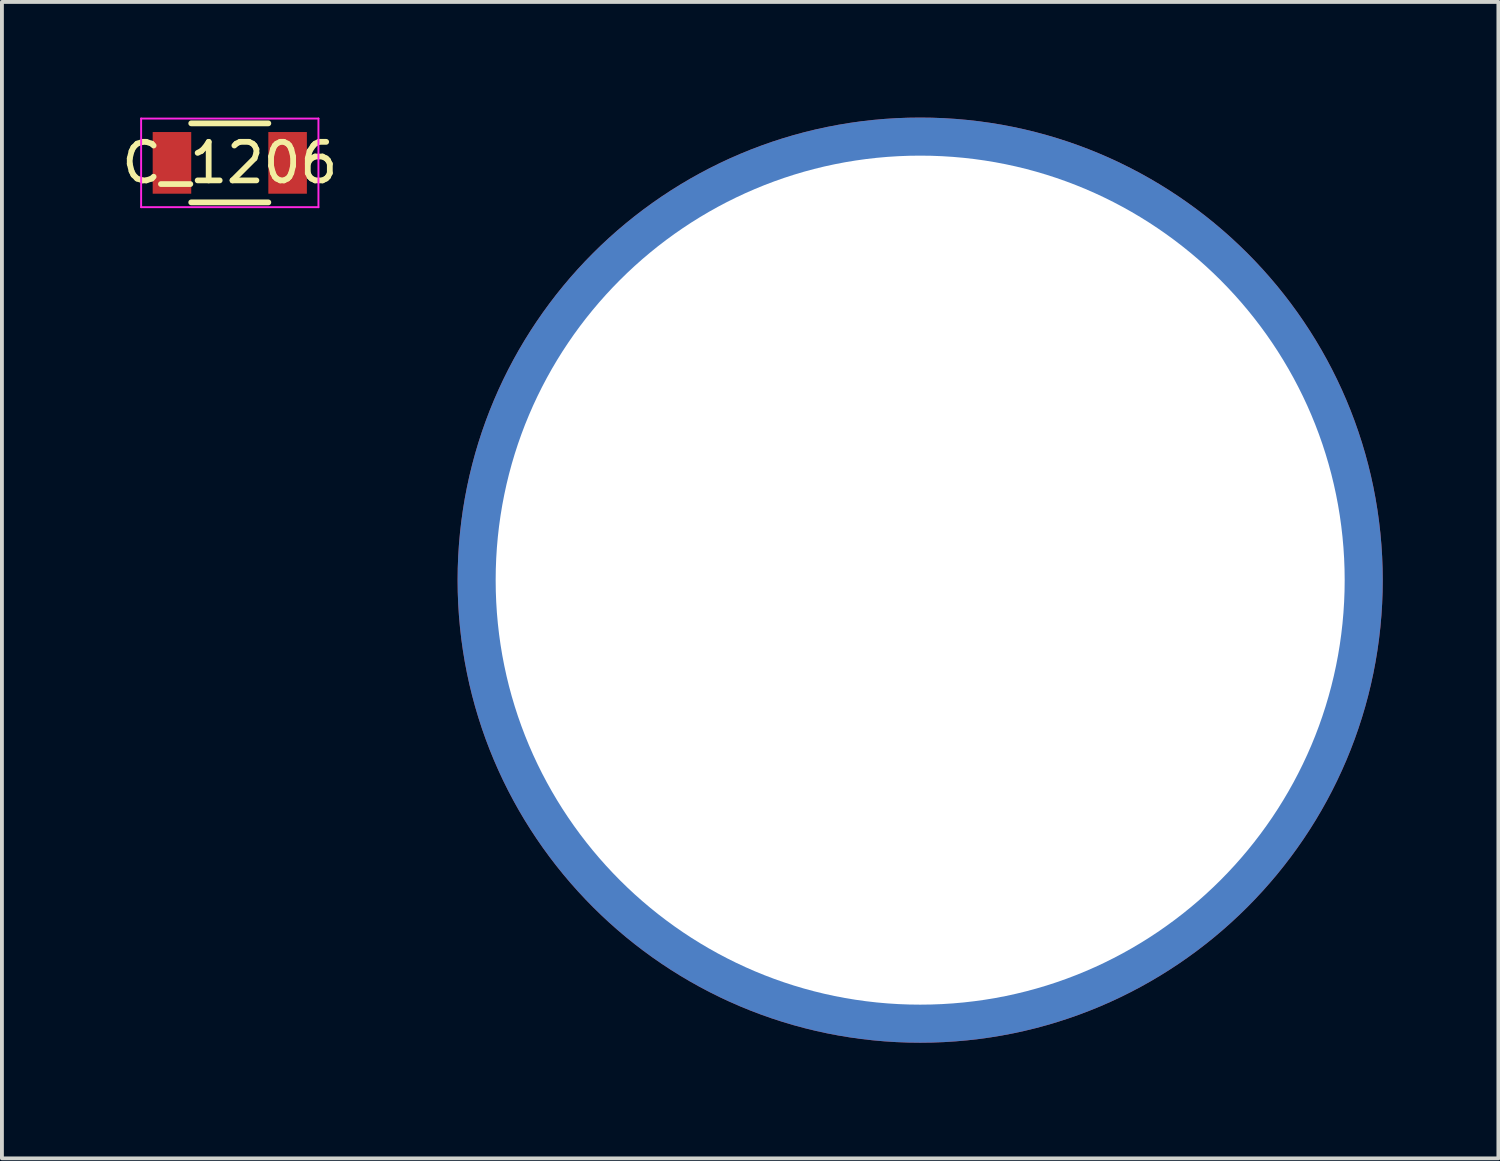
<source format=kicad_pcb>
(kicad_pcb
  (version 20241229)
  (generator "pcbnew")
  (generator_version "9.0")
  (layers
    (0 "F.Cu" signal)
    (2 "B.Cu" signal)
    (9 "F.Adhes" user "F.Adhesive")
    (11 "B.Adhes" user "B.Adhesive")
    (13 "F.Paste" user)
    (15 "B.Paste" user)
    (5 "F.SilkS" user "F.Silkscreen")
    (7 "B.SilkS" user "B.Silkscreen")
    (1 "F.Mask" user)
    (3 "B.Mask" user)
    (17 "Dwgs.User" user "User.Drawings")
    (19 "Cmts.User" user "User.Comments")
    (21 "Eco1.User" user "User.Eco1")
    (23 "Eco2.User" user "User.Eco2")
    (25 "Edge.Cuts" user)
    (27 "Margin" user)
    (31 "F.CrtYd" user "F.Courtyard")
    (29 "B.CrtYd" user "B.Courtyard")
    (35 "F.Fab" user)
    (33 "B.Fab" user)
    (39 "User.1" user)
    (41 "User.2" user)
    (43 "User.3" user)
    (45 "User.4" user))
  (footprint "C_1206"
    (layer "F.Cu")
    (at 2.911 1.175)
    (property "Reference" "C_1206" (at 0 0 0) (layer "F.SilkS") (effects (font (size 1 1) (thickness 0.15))))
    (attr smd)
    (fp_line (start -1 1.025) (end 1 1.025) (stroke (width 0.15) (type solid)) (layer "F.SilkS"))
    (fp_line (start 1 -1.025) (end -1 -1.025) (stroke (width 0.15) (type solid)) (layer "F.SilkS"))
    (fp_line (start -2.3 -1.15) (end -2.3 1.15) (stroke (width 0.05) (type solid)) (layer "F.CrtYd"))
    (fp_line (start -2.3 -1.15) (end 2.3 -1.15) (stroke (width 0.05) (type solid)) (layer "F.CrtYd"))
    (fp_line (start -2.3 1.15) (end 2.3 1.15) (stroke (width 0.05) (type solid)) (layer "F.CrtYd"))
    (fp_line (start 2.3 -1.15) (end 2.3 1.15) (stroke (width 0.05) (type solid)) (layer "F.CrtYd"))
    (pad "1" smd rect (at -1.5 0) (size 1 1.6) (layers "F.Cu" "F.Mask" "F.Paste"))
    (pad "2" smd rect (at 1.5 0) (size 1 1.6) (layers "F.Cu" "F.Mask" "F.Paste")))
  (footprint "Pin_Header_Straight_1x01"
    (layer "F.Cu")
    (at 20.821 12)
    (property "Reference" "Pin_Header_Straight_1x01" (at -0.6 -0.5 0) (layer "F.SilkS") (effects (font (size 0.127 0.127) (thickness 0.032))))
    (attr through_hole)
    (pad "1" thru_hole circle (at 0 0) (size 24 24) (drill 22.025) (layers "*.Cu" "*.Mask")))
  (gr_rect
    (start -3 -3)
    (end 35.821 27)
    (stroke (width 0.1) (type default))
    (fill no)
    (layer "Edge.Cuts")))
</source>
